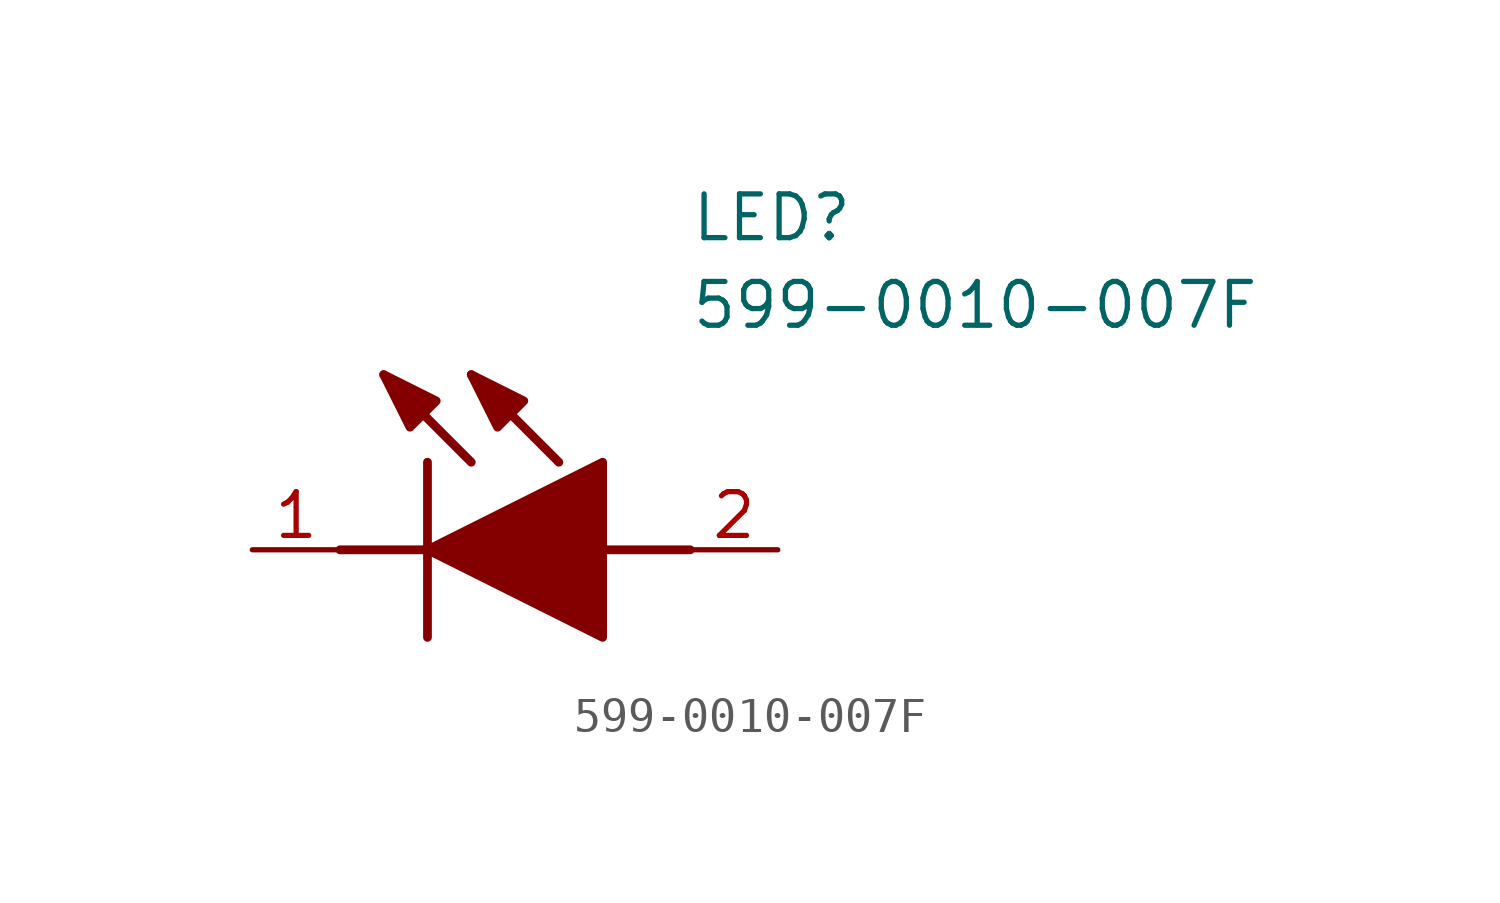
<source format=kicad_sym>
(kicad_symbol_lib
  (version 20211014)
  (generator SamacSys_ECAD_Model)
  (symbol "599-0010-007F"
    (pin_names hide)
    (property "Reference" "LED"
      (at 12.7 8.89 0)
      (effects (font (size 1.27 1.27)) (justify left bottom)))
    (property "Value" "599-0010-007F"
      (at 12.7 6.35 0)
      (effects (font (size 1.27 1.27)) (justify left bottom)))
    (polyline
      (pts (xy 5.08 2.54) (xy 5.08 -2.54))
      (stroke (width 0.254) (type default))
      (fill (type none)))
    (polyline
      (pts (xy 6.35 2.54) (xy 3.81 5.08))
      (stroke (width 0.254) (type default))
      (fill (type none)))
    (polyline
      (pts (xy 8.89 2.54) (xy 6.35 5.08))
      (stroke (width 0.254) (type default))
      (fill (type none)))
    (polyline
      (pts (xy 2.54 0) (xy 5.08 0))
      (stroke (width 0.254) (type default))
      (fill (type none)))
    (polyline
      (pts (xy 10.16 0) (xy 12.7 0))
      (stroke (width 0.254) (type default))
      (fill (type none)))
    (polyline
      (pts (xy 5.08 0) (xy 10.16 2.54) (xy 10.16 -2.54) (xy 5.08 0))
      (stroke (width 0.254) (type default))
      (fill (type outline)))
    (polyline
      (pts (xy 5.334 4.318) (xy 4.572 3.556) (xy 3.81 5.08) (xy 5.334 4.318))
      (stroke (width 0.254) (type default))
      (fill (type outline)))
    (polyline
      (pts (xy 7.874 4.318) (xy 7.112 3.556) (xy 6.35 5.08) (xy 7.874 4.318))
      (stroke (width 0.254) (type default))
      (fill (type outline)))
    (pin passive line
      (at 0 0 0)
      (length 2.54)
      (name "K" (effects (font (size 1.27 1.27))))
      (number "1" (effects (font (size 1.27 1.27)))))
    (pin passive line
      (at 15.24 0 180)
      (length 2.54)
      (name "A" (effects (font (size 1.27 1.27))))
      (number "2" (effects (font (size 1.27 1.27)))))))
</source>
